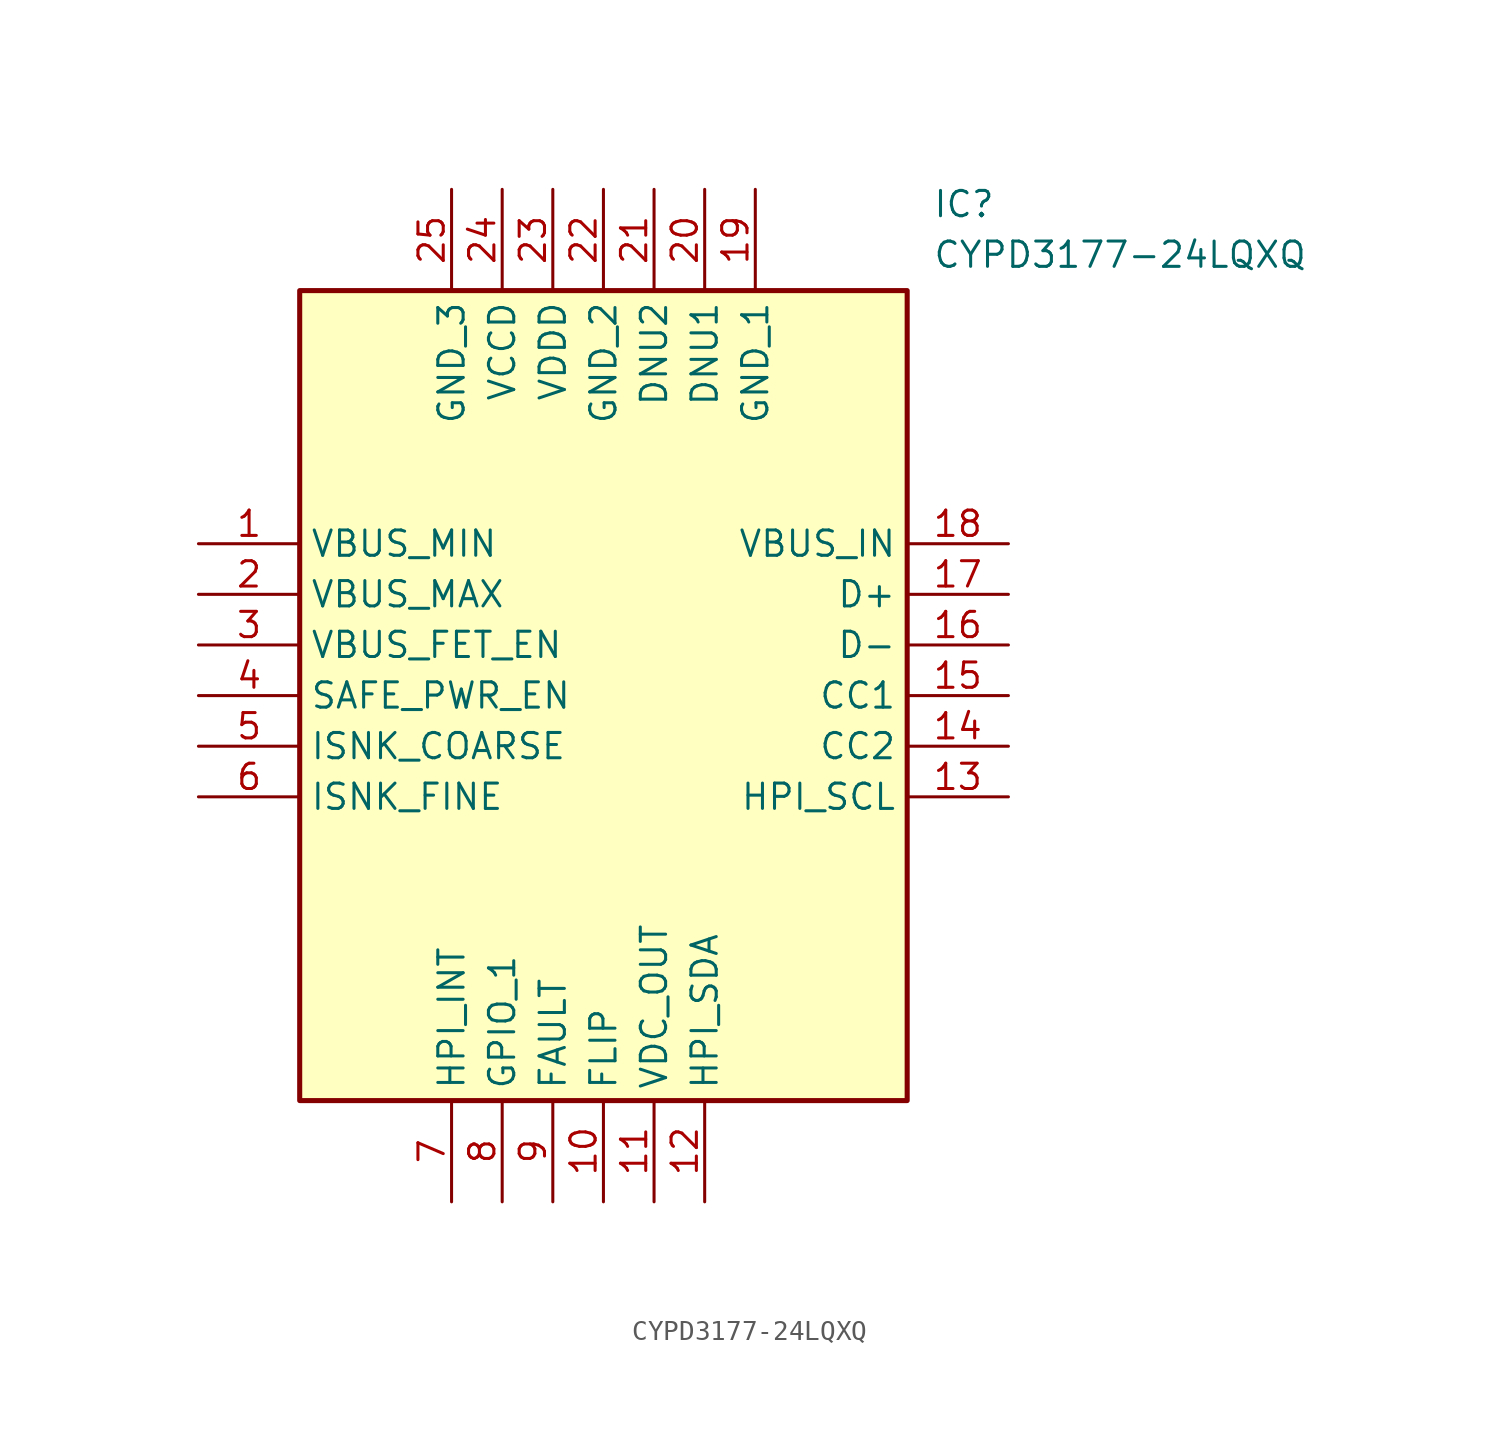
<source format=kicad_sym>
(kicad_symbol_lib
  (version 20211014)
  (generator SamacSys_ECAD_Model)
  (symbol "CYPD3177-24LQXQ"
    (property "Reference" "IC"
      (at 36.83 17.78 0)
      (effects (font (size 1.27 1.27)) (justify left top)))
    (property "Value" "CYPD3177-24LQXQ"
      (at 36.83 15.24 0)
      (effects (font (size 1.27 1.27)) (justify left top)))
    (rectangle
      (start 5.08 12.7)
      (end 35.56 -27.94)
      (stroke (width 0.254) (type default))
      (fill (type background)))
    (pin passive line
      (at 0 0 0)
      (length 5.08)
      (name "VBUS_MIN" (effects (font (size 1.27 1.27))))
      (number "1" (effects (font (size 1.27 1.27)))))
    (pin passive line
      (at 0 -2.54 0)
      (length 5.08)
      (name "VBUS_MAX" (effects (font (size 1.27 1.27))))
      (number "2" (effects (font (size 1.27 1.27)))))
    (pin passive line
      (at 0 -5.08 0)
      (length 5.08)
      (name "VBUS_FET_EN" (effects (font (size 1.27 1.27))))
      (number "3" (effects (font (size 1.27 1.27)))))
    (pin passive line
      (at 0 -7.62 0)
      (length 5.08)
      (name "SAFE_PWR_EN" (effects (font (size 1.27 1.27))))
      (number "4" (effects (font (size 1.27 1.27)))))
    (pin passive line
      (at 0 -10.16 0)
      (length 5.08)
      (name "ISNK_COARSE" (effects (font (size 1.27 1.27))))
      (number "5" (effects (font (size 1.27 1.27)))))
    (pin passive line
      (at 0 -12.7 0)
      (length 5.08)
      (name "ISNK_FINE" (effects (font (size 1.27 1.27))))
      (number "6" (effects (font (size 1.27 1.27)))))
    (pin passive line
      (at 12.7 -33.02 90)
      (length 5.08)
      (name "HPI_INT" (effects (font (size 1.27 1.27))))
      (number "7" (effects (font (size 1.27 1.27)))))
    (pin passive line
      (at 15.24 -33.02 90)
      (length 5.08)
      (name "GPIO_1" (effects (font (size 1.27 1.27))))
      (number "8" (effects (font (size 1.27 1.27)))))
    (pin passive line
      (at 17.78 -33.02 90)
      (length 5.08)
      (name "FAULT" (effects (font (size 1.27 1.27))))
      (number "9" (effects (font (size 1.27 1.27)))))
    (pin passive line
      (at 20.32 -33.02 90)
      (length 5.08)
      (name "FLIP" (effects (font (size 1.27 1.27))))
      (number "10" (effects (font (size 1.27 1.27)))))
    (pin passive line
      (at 22.86 -33.02 90)
      (length 5.08)
      (name "VDC_OUT" (effects (font (size 1.27 1.27))))
      (number "11" (effects (font (size 1.27 1.27)))))
    (pin passive line
      (at 25.4 -33.02 90)
      (length 5.08)
      (name "HPI_SDA" (effects (font (size 1.27 1.27))))
      (number "12" (effects (font (size 1.27 1.27)))))
    (pin passive line
      (at 40.64 0 180)
      (length 5.08)
      (name "VBUS_IN" (effects (font (size 1.27 1.27))))
      (number "18" (effects (font (size 1.27 1.27)))))
    (pin passive line
      (at 40.64 -2.54 180)
      (length 5.08)
      (name "D+" (effects (font (size 1.27 1.27))))
      (number "17" (effects (font (size 1.27 1.27)))))
    (pin passive line
      (at 40.64 -5.08 180)
      (length 5.08)
      (name "D-" (effects (font (size 1.27 1.27))))
      (number "16" (effects (font (size 1.27 1.27)))))
    (pin passive line
      (at 40.64 -7.62 180)
      (length 5.08)
      (name "CC1" (effects (font (size 1.27 1.27))))
      (number "15" (effects (font (size 1.27 1.27)))))
    (pin passive line
      (at 40.64 -10.16 180)
      (length 5.08)
      (name "CC2" (effects (font (size 1.27 1.27))))
      (number "14" (effects (font (size 1.27 1.27)))))
    (pin passive line
      (at 40.64 -12.7 180)
      (length 5.08)
      (name "HPI_SCL" (effects (font (size 1.27 1.27))))
      (number "13" (effects (font (size 1.27 1.27)))))
    (pin passive line
      (at 12.7 17.78 270)
      (length 5.08)
      (name "GND_3" (effects (font (size 1.27 1.27))))
      (number "25" (effects (font (size 1.27 1.27)))))
    (pin passive line
      (at 15.24 17.78 270)
      (length 5.08)
      (name "VCCD" (effects (font (size 1.27 1.27))))
      (number "24" (effects (font (size 1.27 1.27)))))
    (pin passive line
      (at 17.78 17.78 270)
      (length 5.08)
      (name "VDDD" (effects (font (size 1.27 1.27))))
      (number "23" (effects (font (size 1.27 1.27)))))
    (pin passive line
      (at 20.32 17.78 270)
      (length 5.08)
      (name "GND_2" (effects (font (size 1.27 1.27))))
      (number "22" (effects (font (size 1.27 1.27)))))
    (pin passive line
      (at 22.86 17.78 270)
      (length 5.08)
      (name "DNU2" (effects (font (size 1.27 1.27))))
      (number "21" (effects (font (size 1.27 1.27)))))
    (pin passive line
      (at 25.4 17.78 270)
      (length 5.08)
      (name "DNU1" (effects (font (size 1.27 1.27))))
      (number "20" (effects (font (size 1.27 1.27)))))
    (pin passive line
      (at 27.94 17.78 270)
      (length 5.08)
      (name "GND_1" (effects (font (size 1.27 1.27))))
      (number "19" (effects (font (size 1.27 1.27)))))))
</source>
